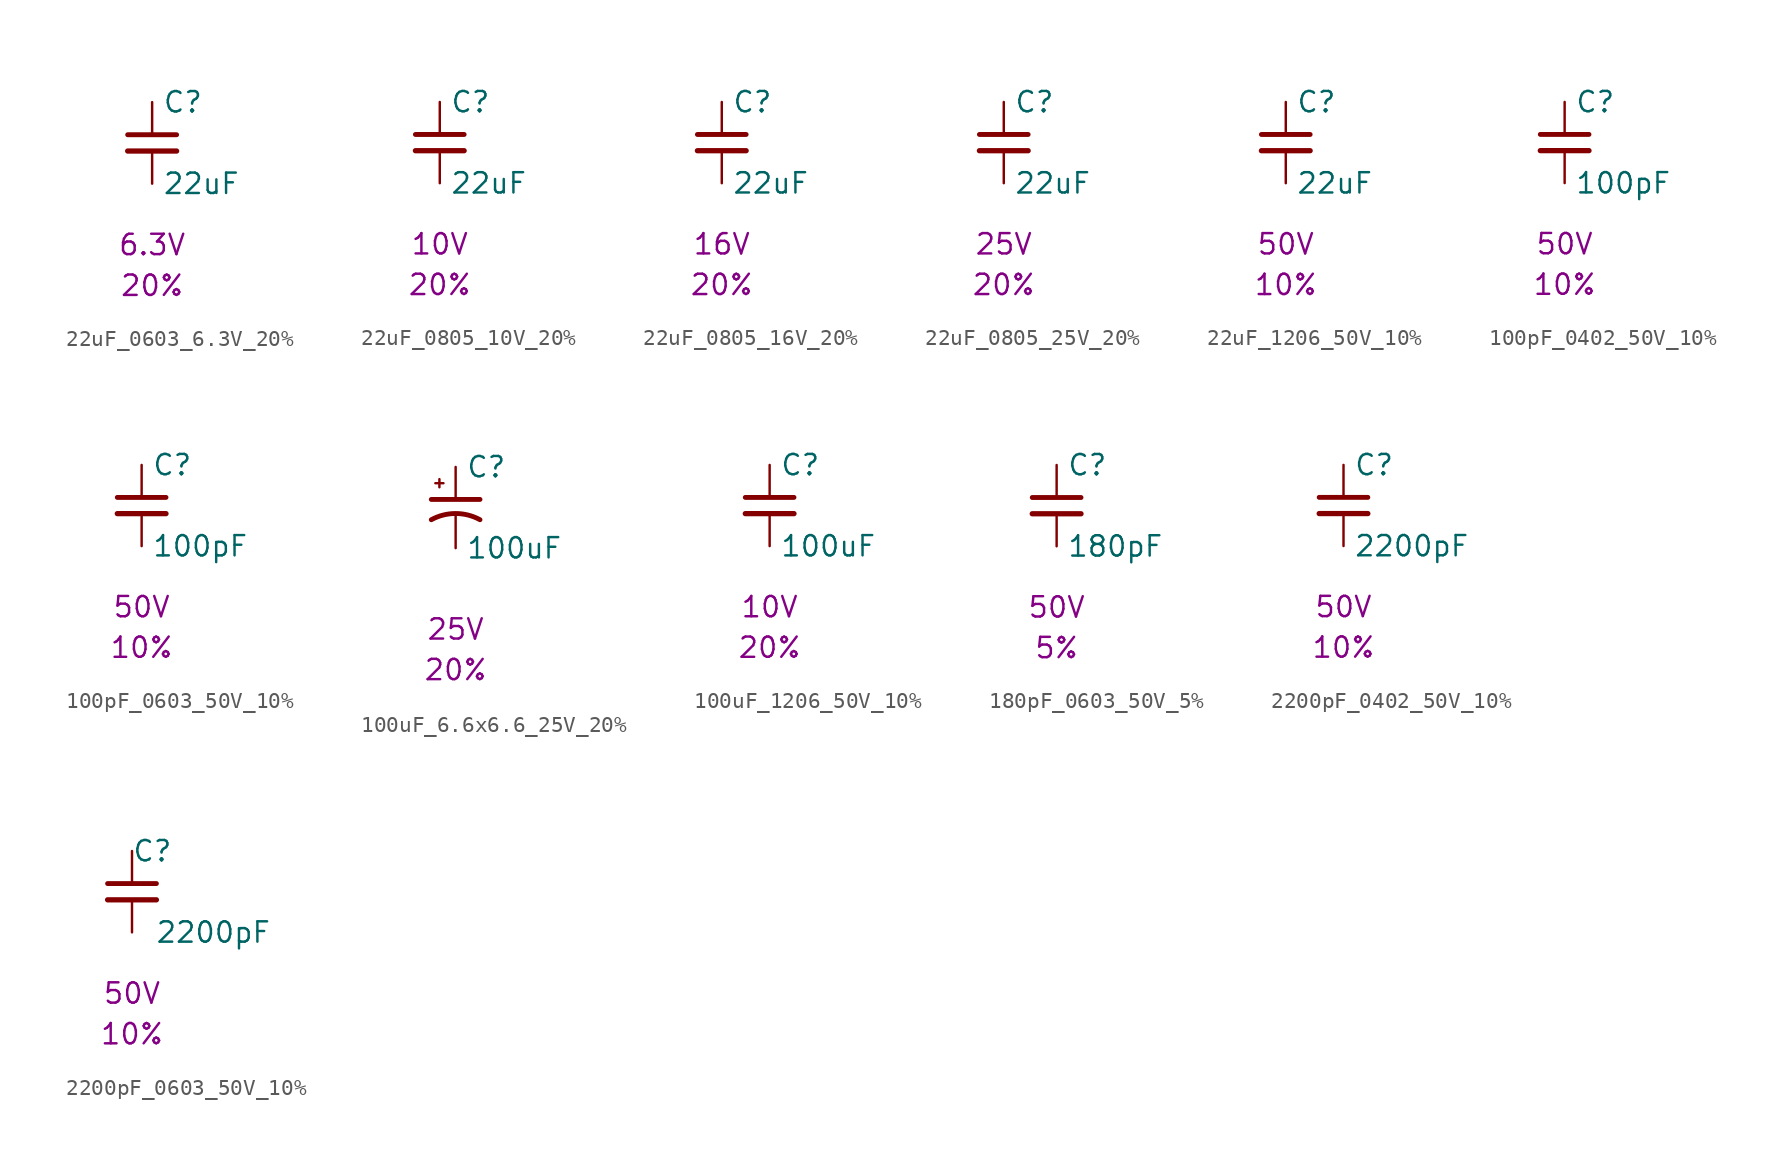
<source format=kicad_sym>
(kicad_symbol_lib
  (version 20241209)
  (generator "kicad_symbol_editor")
  (generator_version "9.0")
  (symbol "22uF_0603_6.3V_20%"
    (pin_numbers
      (hide yes))
    (pin_names
      (offset 0.254))
    (property "Reference" "C"
      (at 0.635 2.54 0)
      (effects (font (size 1.27 1.27)) (justify left)))
    (property "Value" "22uF"
      (at 0.635 -2.54 0)
      (effects (font (size 1.27 1.27)) (justify left)))
    (property "Voltage" "6.3V"
      (at 0 -6.35 0)
      (effects (font (size 1.27 1.27))))
    (property "Tolerance" "20%"
      (at 0 -8.89 0)
      (effects (font (size 1.27 1.27))))
    (symbol "22uF_0603_6.3V_20%_0_1"
      (polyline (pts (xy -1.524 0.508) (xy 1.524 0.508)) (stroke (width 0.305) (type default)) (fill (type none)))
      (polyline (pts (xy -1.524 -0.508) (xy 1.524 -0.508)) (stroke (width 0.33) (type default)) (fill (type none))))
    (symbol "22uF_0603_6.3V_20%_1_1"
      (pin passive line (at 0 2.54 270) (length 2.032) (name "~" (effects (font (size 1.27 1.27)))) (number "1" (effects (font (size 1.27 1.27)))))
      (pin passive line (at 0 -2.54 90) (length 2.032) (name "~" (effects (font (size 1.27 1.27)))) (number "2" (effects (font (size 1.27 1.27)))))))
  (symbol "22uF_0805_10V_20%"
    (pin_numbers
      (hide yes))
    (pin_names
      (offset 0.254))
    (property "Reference" "C"
      (at 0.635 2.54 0)
      (effects (font (size 1.27 1.27)) (justify left)))
    (property "Value" "22uF"
      (at 0.635 -2.54 0)
      (effects (font (size 1.27 1.27)) (justify left)))
    (property "Voltage" "10V"
      (at 0 -6.35 0)
      (effects (font (size 1.27 1.27))))
    (property "Tolerance" "20%"
      (at 0 -8.89 0)
      (effects (font (size 1.27 1.27))))
    (symbol "22uF_0805_10V_20%_0_1"
      (polyline (pts (xy -1.524 0.508) (xy 1.524 0.508)) (stroke (width 0.305) (type default)) (fill (type none)))
      (polyline (pts (xy -1.524 -0.508) (xy 1.524 -0.508)) (stroke (width 0.33) (type default)) (fill (type none))))
    (symbol "22uF_0805_10V_20%_1_1"
      (pin passive line (at 0 2.54 270) (length 2.032) (name "~" (effects (font (size 1.27 1.27)))) (number "1" (effects (font (size 1.27 1.27)))))
      (pin passive line (at 0 -2.54 90) (length 2.032) (name "~" (effects (font (size 1.27 1.27)))) (number "2" (effects (font (size 1.27 1.27)))))))
  (symbol "22uF_0805_16V_20%"
    (pin_numbers
      (hide yes))
    (pin_names
      (offset 0.254))
    (property "Reference" "C"
      (at 0.635 2.54 0)
      (effects (font (size 1.27 1.27)) (justify left)))
    (property "Value" "22uF"
      (at 0.635 -2.54 0)
      (effects (font (size 1.27 1.27)) (justify left)))
    (property "Voltage" "16V"
      (at 0 -6.35 0)
      (effects (font (size 1.27 1.27))))
    (property "Tolerance" "20%"
      (at 0 -8.89 0)
      (effects (font (size 1.27 1.27))))
    (symbol "22uF_0805_16V_20%_0_1"
      (polyline (pts (xy -1.524 0.508) (xy 1.524 0.508)) (stroke (width 0.305) (type default)) (fill (type none)))
      (polyline (pts (xy -1.524 -0.508) (xy 1.524 -0.508)) (stroke (width 0.33) (type default)) (fill (type none))))
    (symbol "22uF_0805_16V_20%_1_1"
      (pin passive line (at 0 2.54 270) (length 2.032) (name "~" (effects (font (size 1.27 1.27)))) (number "1" (effects (font (size 1.27 1.27)))))
      (pin passive line (at 0 -2.54 90) (length 2.032) (name "~" (effects (font (size 1.27 1.27)))) (number "2" (effects (font (size 1.27 1.27)))))))
  (symbol "22uF_0805_25V_20%"
    (pin_numbers
      (hide yes))
    (pin_names
      (offset 0.254))
    (property "Reference" "C"
      (at 0.635 2.54 0)
      (effects (font (size 1.27 1.27)) (justify left)))
    (property "Value" "22uF"
      (at 0.635 -2.54 0)
      (effects (font (size 1.27 1.27)) (justify left)))
    (property "Voltage" "25V"
      (at 0 -6.35 0)
      (effects (font (size 1.27 1.27))))
    (property "Tolerance" "20%"
      (at 0 -8.89 0)
      (effects (font (size 1.27 1.27))))
    (symbol "22uF_0805_25V_20%_0_1"
      (polyline (pts (xy -1.524 0.508) (xy 1.524 0.508)) (stroke (width 0.305) (type default)) (fill (type none)))
      (polyline (pts (xy -1.524 -0.508) (xy 1.524 -0.508)) (stroke (width 0.33) (type default)) (fill (type none))))
    (symbol "22uF_0805_25V_20%_1_1"
      (pin passive line (at 0 2.54 270) (length 2.032) (name "~" (effects (font (size 1.27 1.27)))) (number "1" (effects (font (size 1.27 1.27)))))
      (pin passive line (at 0 -2.54 90) (length 2.032) (name "~" (effects (font (size 1.27 1.27)))) (number "2" (effects (font (size 1.27 1.27)))))))
  (symbol "22uF_1206_50V_10%"
    (pin_numbers
      (hide yes))
    (pin_names
      (offset 0.254))
    (property "Reference" "C"
      (at 0.635 2.54 0)
      (effects (font (size 1.27 1.27)) (justify left)))
    (property "Value" "22uF"
      (at 0.635 -2.54 0)
      (effects (font (size 1.27 1.27)) (justify left)))
    (property "Voltage" "50V"
      (at 0 -6.35 0)
      (effects (font (size 1.27 1.27))))
    (property "Tolerance" "10%"
      (at 0 -8.89 0)
      (effects (font (size 1.27 1.27))))
    (symbol "22uF_1206_50V_10%_0_1"
      (polyline (pts (xy -1.524 0.508) (xy 1.524 0.508)) (stroke (width 0.305) (type default)) (fill (type none)))
      (polyline (pts (xy -1.524 -0.508) (xy 1.524 -0.508)) (stroke (width 0.33) (type default)) (fill (type none))))
    (symbol "22uF_1206_50V_10%_1_1"
      (pin passive line (at 0 2.54 270) (length 2.032) (name "~" (effects (font (size 1.27 1.27)))) (number "1" (effects (font (size 1.27 1.27)))))
      (pin passive line (at 0 -2.54 90) (length 2.032) (name "~" (effects (font (size 1.27 1.27)))) (number "2" (effects (font (size 1.27 1.27)))))))
  (symbol "100pF_0402_50V_10%"
    (pin_numbers
      (hide yes))
    (pin_names
      (offset 0.254))
    (property "Reference" "C"
      (at 0.635 2.54 0)
      (effects (font (size 1.27 1.27)) (justify left)))
    (property "Value" "100pF"
      (at 0.635 -2.54 0)
      (effects (font (size 1.27 1.27)) (justify left)))
    (property "Voltage" "50V"
      (at 0 -6.35 0)
      (effects (font (size 1.27 1.27))))
    (property "Tolerance" "10%"
      (at 0 -8.89 0)
      (effects (font (size 1.27 1.27))))
    (symbol "100pF_0402_50V_10%_0_1"
      (polyline (pts (xy -1.524 0.508) (xy 1.524 0.508)) (stroke (width 0.305) (type default)) (fill (type none)))
      (polyline (pts (xy -1.524 -0.508) (xy 1.524 -0.508)) (stroke (width 0.33) (type default)) (fill (type none))))
    (symbol "100pF_0402_50V_10%_1_1"
      (pin passive line (at 0 2.54 270) (length 2.032) (name "~" (effects (font (size 1.27 1.27)))) (number "1" (effects (font (size 1.27 1.27)))))
      (pin passive line (at 0 -2.54 90) (length 2.032) (name "~" (effects (font (size 1.27 1.27)))) (number "2" (effects (font (size 1.27 1.27)))))))
  (symbol "100pF_0603_50V_10%"
    (pin_numbers
      (hide yes))
    (pin_names
      (offset 0.254))
    (property "Reference" "C"
      (at 0.635 2.54 0)
      (effects (font (size 1.27 1.27)) (justify left)))
    (property "Value" "100pF"
      (at 0.635 -2.54 0)
      (effects (font (size 1.27 1.27)) (justify left)))
    (property "Voltage" "50V"
      (at 0 -6.35 0)
      (effects (font (size 1.27 1.27))))
    (property "Tolerance" "10%"
      (at 0 -8.89 0)
      (effects (font (size 1.27 1.27))))
    (symbol "100pF_0603_50V_10%_0_1"
      (polyline (pts (xy -1.524 0.508) (xy 1.524 0.508)) (stroke (width 0.305) (type default)) (fill (type none)))
      (polyline (pts (xy -1.524 -0.508) (xy 1.524 -0.508)) (stroke (width 0.33) (type default)) (fill (type none))))
    (symbol "100pF_0603_50V_10%_1_1"
      (pin passive line (at 0 2.54 270) (length 2.032) (name "~" (effects (font (size 1.27 1.27)))) (number "1" (effects (font (size 1.27 1.27)))))
      (pin passive line (at 0 -2.54 90) (length 2.032) (name "~" (effects (font (size 1.27 1.27)))) (number "2" (effects (font (size 1.27 1.27)))))))
  (symbol "100uF_6.6x6.6_25V_20%"
    (pin_numbers
      (hide yes))
    (pin_names
      (offset 0.254)
      (hide yes))
    (property "Reference" "C"
      (at 0.635 2.54 0)
      (effects (font (size 1.27 1.27)) (justify left)))
    (property "Value" "100uF"
      (at 0.635 -2.54 0)
      (effects (font (size 1.27 1.27)) (justify left)))
    (property "Voltage" "25V"
      (at 0 -7.62 0)
      (effects (font (size 1.27 1.27))))
    (property "Tolerance" "20%"
      (at 0 -10.16 0)
      (effects (font (size 1.27 1.27))))
    (symbol "100uF_6.6x6.6_25V_20%_0_1"
      (polyline (pts (xy -1.524 0.508) (xy 1.524 0.508)) (stroke (width 0.305) (type default)) (fill (type none)))
      (polyline (pts (xy -1.27 1.524) (xy -0.762 1.524)) (stroke (width 0) (type default)) (fill (type none)))
      (polyline (pts (xy -1.016 1.27) (xy -1.016 1.778)) (stroke (width 0) (type default)) (fill (type none)))
      (arc (start -1.524 -0.762) (mid 0 -0.3734) (end 1.524 -0.762) (stroke (width 0.3048) (type default)) (fill (type none))))
    (symbol "100uF_6.6x6.6_25V_20%_1_1"
      (pin passive line (at 0 2.54 270) (length 2.032) (name "~" (effects (font (size 1.27 1.27)))) (number "1" (effects (font (size 1.27 1.27)))))
      (pin passive line (at 0 -2.54 90) (length 2.032) (name "~" (effects (font (size 1.27 1.27)))) (number "2" (effects (font (size 1.27 1.27)))))))
  (symbol "100uF_1206_50V_10%"
    (pin_numbers
      (hide yes))
    (pin_names
      (offset 0.254))
    (property "Reference" "C"
      (at 0.635 2.54 0)
      (effects (font (size 1.27 1.27)) (justify left)))
    (property "Value" "100uF"
      (at 0.635 -2.54 0)
      (effects (font (size 1.27 1.27)) (justify left)))
    (property "Voltage" "10V"
      (at 0 -6.35 0)
      (effects (font (size 1.27 1.27))))
    (property "Tolerance" "20%"
      (at 0 -8.89 0)
      (effects (font (size 1.27 1.27))))
    (symbol "100uF_1206_50V_10%_0_1"
      (polyline (pts (xy -1.524 0.508) (xy 1.524 0.508)) (stroke (width 0.305) (type default)) (fill (type none)))
      (polyline (pts (xy -1.524 -0.508) (xy 1.524 -0.508)) (stroke (width 0.33) (type default)) (fill (type none))))
    (symbol "100uF_1206_50V_10%_1_1"
      (pin passive line (at 0 2.54 270) (length 2.032) (name "~" (effects (font (size 1.27 1.27)))) (number "1" (effects (font (size 1.27 1.27)))))
      (pin passive line (at 0 -2.54 90) (length 2.032) (name "~" (effects (font (size 1.27 1.27)))) (number "2" (effects (font (size 1.27 1.27)))))))
  (symbol "180pF_0603_50V_5%"
    (pin_numbers
      (hide yes))
    (pin_names
      (offset 0.254))
    (property "Reference" "C"
      (at 0.635 2.54 0)
      (effects (font (size 1.27 1.27)) (justify left)))
    (property "Value" "180pF"
      (at 0.635 -2.54 0)
      (effects (font (size 1.27 1.27)) (justify left)))
    (property "Voltage" "50V"
      (at 0 -6.35 0)
      (effects (font (size 1.27 1.27))))
    (property "Tolerance" "5%"
      (at 0 -8.89 0)
      (effects (font (size 1.27 1.27))))
    (symbol "180pF_0603_50V_5%_0_1"
      (polyline (pts (xy -1.524 0.508) (xy 1.524 0.508)) (stroke (width 0.305) (type default)) (fill (type none)))
      (polyline (pts (xy -1.524 -0.508) (xy 1.524 -0.508)) (stroke (width 0.33) (type default)) (fill (type none))))
    (symbol "180pF_0603_50V_5%_1_1"
      (pin passive line (at 0 2.54 270) (length 2.032) (name "~" (effects (font (size 1.27 1.27)))) (number "1" (effects (font (size 1.27 1.27)))))
      (pin passive line (at 0 -2.54 90) (length 2.032) (name "~" (effects (font (size 1.27 1.27)))) (number "2" (effects (font (size 1.27 1.27)))))))
  (symbol "2200pF_0402_50V_10%"
    (pin_numbers
      (hide yes))
    (pin_names
      (offset 0.254))
    (property "Reference" "C"
      (at 0.635 2.54 0)
      (effects (font (size 1.27 1.27)) (justify left)))
    (property "Value" "2200pF"
      (at 0.635 -2.54 0)
      (effects (font (size 1.27 1.27)) (justify left)))
    (property "Voltage" "50V"
      (at 0 -6.35 0)
      (effects (font (size 1.27 1.27))))
    (property "Tolerance" "10%"
      (at 0 -8.89 0)
      (effects (font (size 1.27 1.27))))
    (symbol "2200pF_0402_50V_10%_0_1"
      (polyline (pts (xy -1.524 0.508) (xy 1.524 0.508)) (stroke (width 0.305) (type default)) (fill (type none)))
      (polyline (pts (xy -1.524 -0.508) (xy 1.524 -0.508)) (stroke (width 0.33) (type default)) (fill (type none))))
    (symbol "2200pF_0402_50V_10%_1_1"
      (pin passive line (at 0 2.54 270) (length 2.032) (name "~" (effects (font (size 1.27 1.27)))) (number "1" (effects (font (size 1.27 1.27)))))
      (pin passive line (at 0 -2.54 90) (length 2.032) (name "~" (effects (font (size 1.27 1.27)))) (number "2" (effects (font (size 1.27 1.27)))))))
  (symbol "2200pF_0603_50V_10%"
    (pin_numbers
      (hide yes))
    (pin_names
      (offset 0))
    (property "Reference" "C"
      (at 1.27 2.54 0)
      (effects (font (size 1.27 1.27))))
    (property "Value" "2200pF"
      (at 5.08 -2.54 0)
      (effects (font (size 1.27 1.27))))
    (property "Voltage" "50V"
      (at 0 -6.35 0)
      (effects (font (size 1.27 1.27))))
    (property "Tolerance" "10%"
      (at 0 -8.89 0)
      (effects (font (size 1.27 1.27))))
    (symbol "2200pF_0603_50V_10%_0_1"
      (polyline (pts (xy -1.524 0.508) (xy 1.524 0.508)) (stroke (width 0.305) (type default)) (fill (type none)))
      (polyline (pts (xy -1.524 -0.508) (xy 1.524 -0.508)) (stroke (width 0.33) (type default)) (fill (type none))))
    (symbol "2200pF_0603_50V_10%_1_1"
      (pin passive line (at 0 2.54 270) (length 2.032) (name "~" (effects (font (size 1.27 1.27)))) (number "1" (effects (font (size 1.27 1.27)))))
      (pin passive line (at 0 -2.54 90) (length 2.032) (name "~" (effects (font (size 1.27 1.27)))) (number "2" (effects (font (size 1.27 1.27))))))))
</source>
